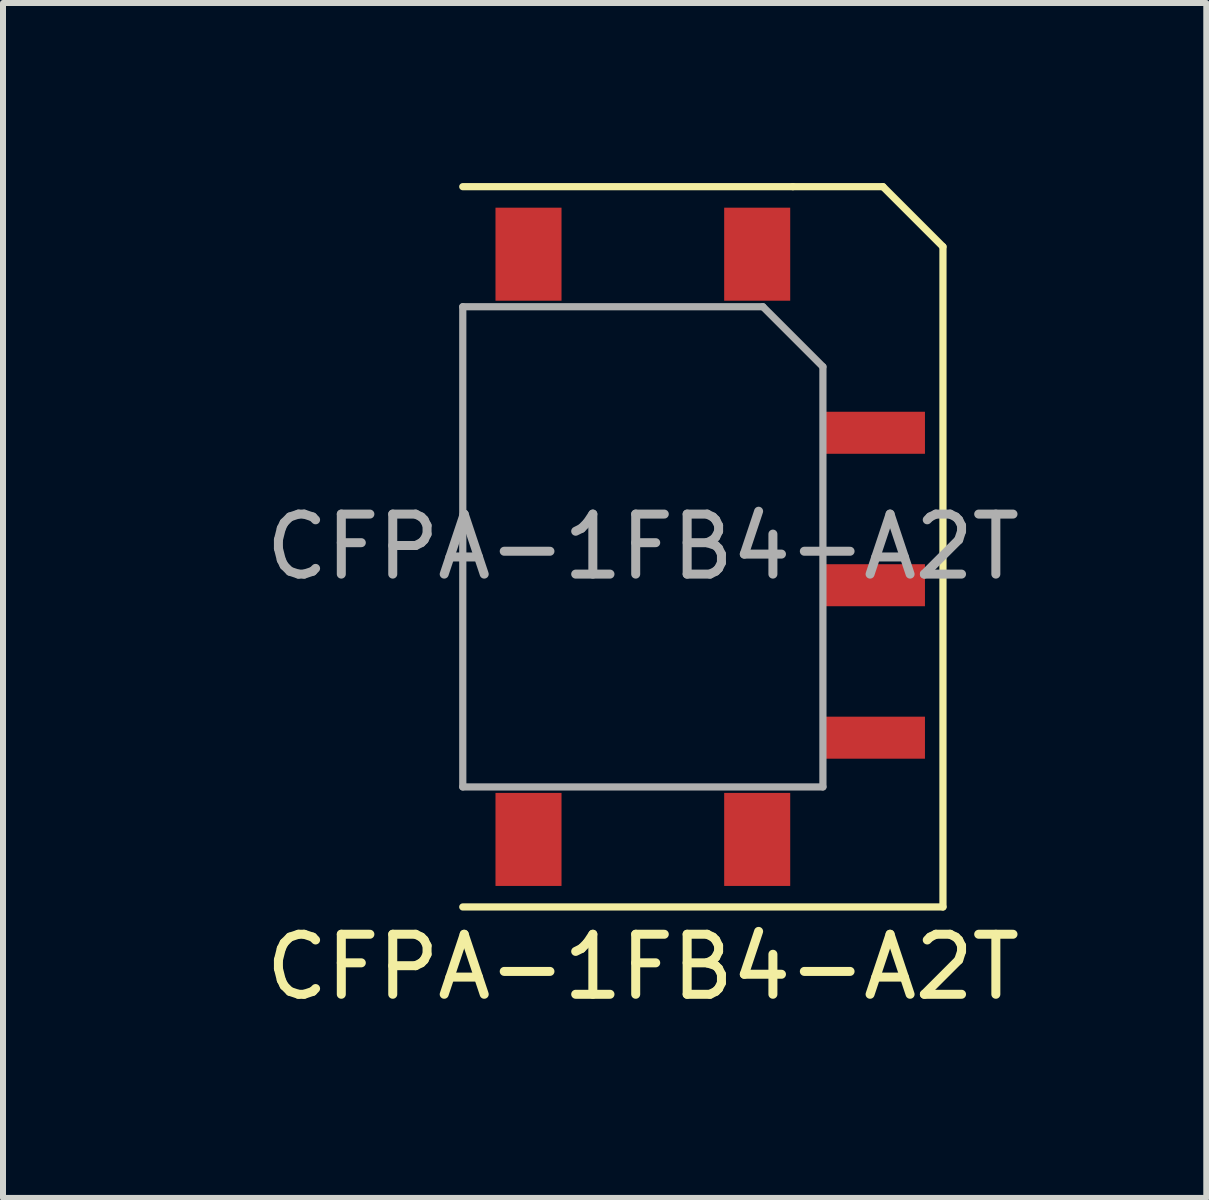
<source format=kicad_pcb>
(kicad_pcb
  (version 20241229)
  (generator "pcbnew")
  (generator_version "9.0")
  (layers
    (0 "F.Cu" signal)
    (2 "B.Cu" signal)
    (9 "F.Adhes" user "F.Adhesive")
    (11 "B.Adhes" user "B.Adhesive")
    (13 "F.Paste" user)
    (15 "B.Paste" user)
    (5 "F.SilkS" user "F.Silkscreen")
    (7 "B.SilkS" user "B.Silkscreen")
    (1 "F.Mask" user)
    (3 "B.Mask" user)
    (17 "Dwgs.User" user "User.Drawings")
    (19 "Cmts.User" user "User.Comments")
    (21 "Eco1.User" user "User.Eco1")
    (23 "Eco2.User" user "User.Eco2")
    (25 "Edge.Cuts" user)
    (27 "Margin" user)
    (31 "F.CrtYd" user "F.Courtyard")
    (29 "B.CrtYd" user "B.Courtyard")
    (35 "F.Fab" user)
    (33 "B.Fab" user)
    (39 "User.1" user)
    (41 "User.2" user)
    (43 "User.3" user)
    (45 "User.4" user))
  (footprint "CFPA-1FB4-A2T"
    (layer "F.Cu")
    (at 7.66 6.06)
    (property "Reference" "CFPA-1FB4-A2T" (at 0 7 0) (layer "F.SilkS") (effects (font (size 1 1) (thickness 0.15))))
    (attr through_hole)
    (fp_line (start -3 -6) (end 2.5 -6) (stroke (width 0.12) (type solid)) (layer "F.SilkS"))
    (fp_line (start 2.5 -6) (end 4 -6) (stroke (width 0.12) (type solid)) (layer "F.SilkS"))
    (fp_line (start 4 -6) (end 5 -5) (stroke (width 0.12) (type solid)) (layer "F.SilkS"))
    (fp_line (start 5 -5) (end 5 6) (stroke (width 0.12) (type solid)) (layer "F.SilkS"))
    (fp_line (start 5 6) (end -3 6) (stroke (width 0.12) (type solid)) (layer "F.SilkS"))
    (fp_line (start -7.6 -1) (end -4.3 -1) (stroke (width 0.12) (type solid)) (layer "Eco1.User"))
    (fp_line (start -7.6 1) (end -7.6 -1) (stroke (width 0.12) (type solid)) (layer "Eco1.User"))
    (fp_line (start -7.4 -0.6) (end -6.8 -0.6) (stroke (width 0.12) (type solid)) (layer "Eco1.User"))
    (fp_line (start -7.4 0.5) (end -6.8 0.5) (stroke (width 0.12) (type solid)) (layer "Eco1.User"))
    (fp_line (start -6.9 -0.7) (end -6.8 -0.6) (stroke (width 0.12) (type solid)) (layer "Eco1.User"))
    (fp_line (start -6.9 0.4) (end -6.8 0.5) (stroke (width 0.12) (type solid)) (layer "Eco1.User"))
    (fp_line (start -6.9 0.6) (end -6.8 0.5) (stroke (width 0.12) (type solid)) (layer "Eco1.User"))
    (fp_line (start -6.8 -0.6) (end -6.9 -0.7) (stroke (width 0.12) (type solid)) (layer "Eco1.User"))
    (fp_line (start -6.8 -0.6) (end -6.9 -0.5) (stroke (width 0.12) (type solid)) (layer "Eco1.User"))
    (fp_line (start -6.5 -1) (end -6.5 1) (stroke (width 0.12) (type solid)) (layer "Eco1.User"))
    (fp_line (start -4.3 1) (end -7.6 1) (stroke (width 0.12) (type solid)) (layer "Eco1.User"))
    (fp_line (start -4.25 -2) (end -3 -2) (stroke (width 0.12) (type solid)) (layer "Eco1.User"))
    (fp_line (start -4.25 2) (end -4.25 -2) (stroke (width 0.12) (type solid)) (layer "Eco1.User"))
    (fp_line (start -4.25 2) (end -3 2) (stroke (width 0.12) (type solid)) (layer "Eco1.User"))
    (fp_line (start -3 -4) (end 2 -4) (stroke (width 0.12) (type solid)) (layer "F.Fab"))
    (fp_line (start -3 4) (end -3 -4) (stroke (width 0.12) (type solid)) (layer "F.Fab"))
    (fp_line (start 2 -4) (end 3 -3) (stroke (width 0.12) (type solid)) (layer "F.Fab"))
    (fp_line (start 3 -3) (end 3 4) (stroke (width 0.12) (type solid)) (layer "F.Fab"))
    (fp_line (start 3 4) (end -3 4) (stroke (width 0.12) (type solid)) (layer "F.Fab"))
    (fp_text user "${REFERENCE}" (at 0 0 0) (layer "F.Fab") (effects (font (size 1 1) (thickness 0.15))))
    (pad "1" smd rect (at 3.85 -1.9) (size 1.7 0.7) (layers "F.Cu" "F.Mask" "F.Paste"))
    (pad "2" smd rect (at 3.85 0.64) (size 1.7 0.7) (layers "F.Cu" "F.Mask" "F.Paste"))
    (pad "3" smd rect (at 3.85 3.18) (size 1.7 0.7) (layers "F.Cu" "F.Mask" "F.Paste"))
    (pad "MP" smd rect (at -1.905 -4.875) (size 1.1 1.55) (layers "F.Cu" "F.Mask" "F.Paste"))
    (pad "MP" smd rect (at -1.905 4.875) (size 1.1 1.55) (layers "F.Cu" "F.Mask" "F.Paste"))
    (pad "MP" smd rect (at 1.905 -4.875) (size 1.1 1.55) (layers "F.Cu" "F.Mask" "F.Paste"))
    (pad "MP" smd rect (at 1.905 4.875) (size 1.1 1.55) (layers "F.Cu" "F.Mask" "F.Paste")))
  (gr_rect
    (start -3 -3)
    (end 17.047 16.908)
    (stroke (width 0.1) (type default))
    (fill no)
    (layer "Edge.Cuts")))
</source>
